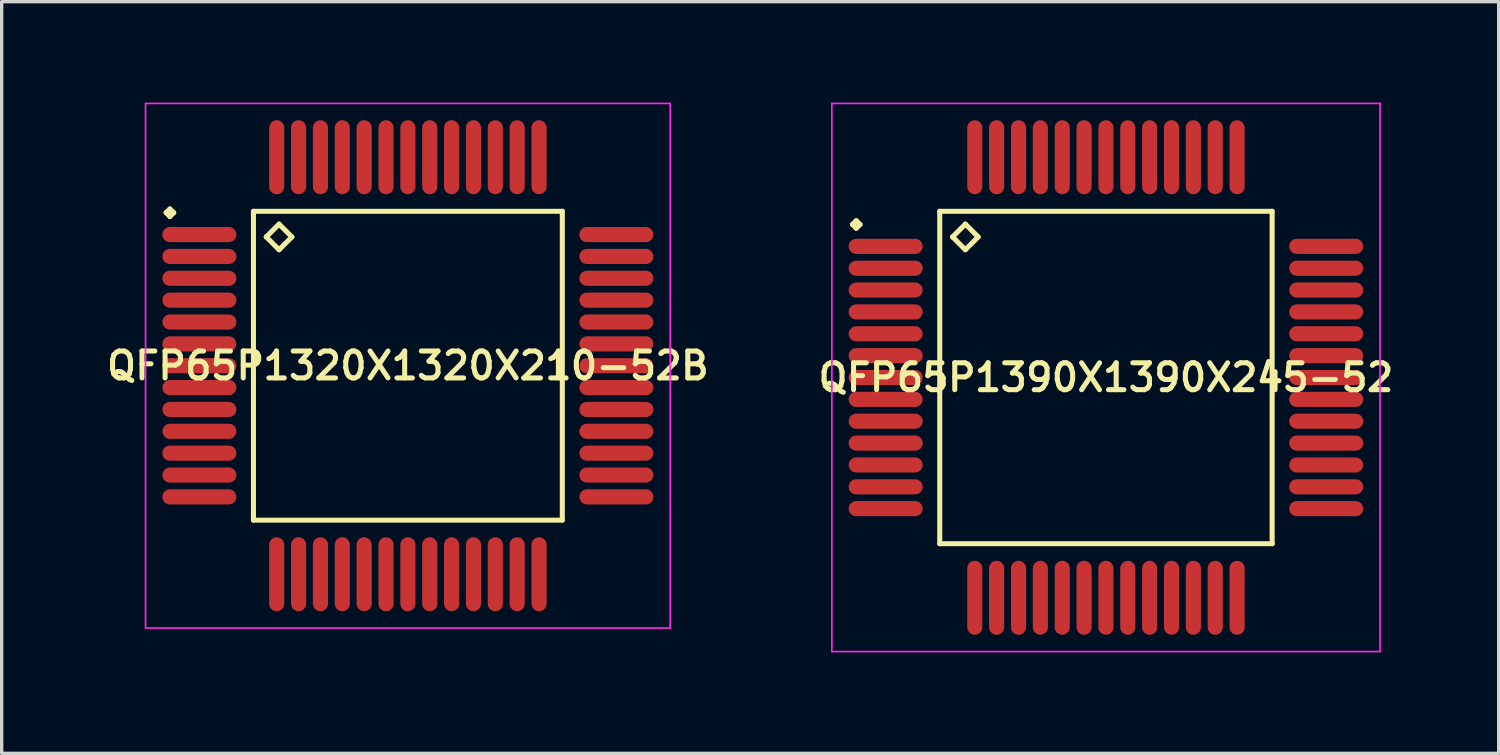
<source format=kicad_pcb>
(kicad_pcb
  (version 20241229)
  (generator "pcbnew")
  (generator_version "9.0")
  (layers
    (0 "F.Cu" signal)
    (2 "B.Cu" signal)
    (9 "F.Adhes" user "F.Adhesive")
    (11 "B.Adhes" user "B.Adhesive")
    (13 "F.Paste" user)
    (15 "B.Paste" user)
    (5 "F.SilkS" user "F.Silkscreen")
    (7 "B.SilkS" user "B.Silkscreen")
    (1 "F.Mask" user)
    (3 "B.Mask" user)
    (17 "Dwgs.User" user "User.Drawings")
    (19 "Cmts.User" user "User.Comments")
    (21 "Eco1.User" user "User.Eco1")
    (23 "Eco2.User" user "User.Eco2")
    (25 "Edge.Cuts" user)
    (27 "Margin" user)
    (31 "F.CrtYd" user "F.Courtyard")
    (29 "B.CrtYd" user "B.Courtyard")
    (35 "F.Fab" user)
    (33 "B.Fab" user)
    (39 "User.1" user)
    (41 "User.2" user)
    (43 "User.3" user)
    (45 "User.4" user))
  (footprint "QFP65P1320X1320X210-52B"
    (layer "F.Cu")
    (at 9.078 7.825)
    (property "Reference" "QFP65P1320X1320X210-52B" (at 0 0 0) (layer "F.SilkS") (effects (font (size 0.8 0.8) (thickness 0.15))))
    (attr smd)
    (fp_line (start -7.188 -4.55) (end -7.075 -4.662) (stroke (width 0.15) (type solid)) (layer "F.SilkS"))
    (fp_line (start -7.075 -4.662) (end -6.963 -4.55) (stroke (width 0.15) (type solid)) (layer "F.SilkS"))
    (fp_line (start -7.075 -4.438) (end -7.188 -4.55) (stroke (width 0.15) (type solid)) (layer "F.SilkS"))
    (fp_line (start -6.963 -4.55) (end -7.075 -4.438) (stroke (width 0.15) (type solid)) (layer "F.SilkS"))
    (fp_line (start -4.592 -4.592) (end -4.592 4.592) (stroke (width 0.15) (type solid)) (layer "F.SilkS"))
    (fp_line (start -4.592 4.592) (end 4.592 4.592) (stroke (width 0.15) (type solid)) (layer "F.SilkS"))
    (fp_line (start -4.211 -3.83) (end -3.83 -4.211) (stroke (width 0.15) (type solid)) (layer "F.SilkS"))
    (fp_line (start -3.83 -4.211) (end -3.449 -3.83) (stroke (width 0.15) (type solid)) (layer "F.SilkS"))
    (fp_line (start -3.83 -3.449) (end -4.211 -3.83) (stroke (width 0.15) (type solid)) (layer "F.SilkS"))
    (fp_line (start -3.449 -3.83) (end -3.83 -3.449) (stroke (width 0.15) (type solid)) (layer "F.SilkS"))
    (fp_line (start 4.592 -4.592) (end -4.592 -4.592) (stroke (width 0.15) (type solid)) (layer "F.SilkS"))
    (fp_line (start 4.592 4.592) (end 4.592 -4.592) (stroke (width 0.15) (type solid)) (layer "F.SilkS"))
    (fp_line (start -7.8 -7.8) (end 7.8 -7.8) (stroke (width 0.05) (type solid)) (layer "F.CrtYd"))
    (fp_line (start -7.8 7.8) (end -7.8 -7.8) (stroke (width 0.05) (type solid)) (layer "F.CrtYd"))
    (fp_line (start 7.8 -7.8) (end 7.8 7.8) (stroke (width 0.05) (type solid)) (layer "F.CrtYd"))
    (fp_line (start 7.8 7.8) (end -7.8 7.8) (stroke (width 0.05) (type solid)) (layer "F.CrtYd"))
    (pad "1" smd oval (at -6.2 -3.9) (size 2.2 0.45) (layers "F.Cu" "F.Mask" "F.Paste"))
    (pad "2" smd oval (at -6.2 -3.25) (size 2.2 0.45) (layers "F.Cu" "F.Mask" "F.Paste"))
    (pad "3" smd oval (at -6.2 -2.6) (size 2.2 0.45) (layers "F.Cu" "F.Mask" "F.Paste"))
    (pad "4" smd oval (at -6.2 -1.95) (size 2.2 0.45) (layers "F.Cu" "F.Mask" "F.Paste"))
    (pad "5" smd oval (at -6.2 -1.3) (size 2.2 0.45) (layers "F.Cu" "F.Mask" "F.Paste"))
    (pad "6" smd oval (at -6.2 -0.65) (size 2.2 0.45) (layers "F.Cu" "F.Mask" "F.Paste"))
    (pad "7" smd oval (at -6.2 0) (size 2.2 0.45) (layers "F.Cu" "F.Mask" "F.Paste"))
    (pad "8" smd oval (at -6.2 0.65) (size 2.2 0.45) (layers "F.Cu" "F.Mask" "F.Paste"))
    (pad "9" smd oval (at -6.2 1.3) (size 2.2 0.45) (layers "F.Cu" "F.Mask" "F.Paste"))
    (pad "10" smd oval (at -6.2 1.95) (size 2.2 0.45) (layers "F.Cu" "F.Mask" "F.Paste"))
    (pad "11" smd oval (at -6.2 2.6) (size 2.2 0.45) (layers "F.Cu" "F.Mask" "F.Paste"))
    (pad "12" smd oval (at -6.2 3.25) (size 2.2 0.45) (layers "F.Cu" "F.Mask" "F.Paste"))
    (pad "13" smd oval (at -6.2 3.9) (size 2.2 0.45) (layers "F.Cu" "F.Mask" "F.Paste"))
    (pad "14" smd oval (at -3.9 6.2) (size 0.45 2.2) (layers "F.Cu" "F.Mask" "F.Paste"))
    (pad "15" smd oval (at -3.25 6.2) (size 0.45 2.2) (layers "F.Cu" "F.Mask" "F.Paste"))
    (pad "16" smd oval (at -2.6 6.2) (size 0.45 2.2) (layers "F.Cu" "F.Mask" "F.Paste"))
    (pad "17" smd oval (at -1.95 6.2) (size 0.45 2.2) (layers "F.Cu" "F.Mask" "F.Paste"))
    (pad "18" smd oval (at -1.3 6.2) (size 0.45 2.2) (layers "F.Cu" "F.Mask" "F.Paste"))
    (pad "19" smd oval (at -0.65 6.2) (size 0.45 2.2) (layers "F.Cu" "F.Mask" "F.Paste"))
    (pad "20" smd oval (at 0 6.2) (size 0.45 2.2) (layers "F.Cu" "F.Mask" "F.Paste"))
    (pad "21" smd oval (at 0.65 6.2) (size 0.45 2.2) (layers "F.Cu" "F.Mask" "F.Paste"))
    (pad "22" smd oval (at 1.3 6.2) (size 0.45 2.2) (layers "F.Cu" "F.Mask" "F.Paste"))
    (pad "23" smd oval (at 1.95 6.2) (size 0.45 2.2) (layers "F.Cu" "F.Mask" "F.Paste"))
    (pad "24" smd oval (at 2.6 6.2) (size 0.45 2.2) (layers "F.Cu" "F.Mask" "F.Paste"))
    (pad "25" smd oval (at 3.25 6.2) (size 0.45 2.2) (layers "F.Cu" "F.Mask" "F.Paste"))
    (pad "26" smd oval (at 3.9 6.2) (size 0.45 2.2) (layers "F.Cu" "F.Mask" "F.Paste"))
    (pad "27" smd oval (at 6.2 3.9) (size 2.2 0.45) (layers "F.Cu" "F.Mask" "F.Paste"))
    (pad "28" smd oval (at 6.2 3.25) (size 2.2 0.45) (layers "F.Cu" "F.Mask" "F.Paste"))
    (pad "29" smd oval (at 6.2 2.6) (size 2.2 0.45) (layers "F.Cu" "F.Mask" "F.Paste"))
    (pad "30" smd oval (at 6.2 1.95) (size 2.2 0.45) (layers "F.Cu" "F.Mask" "F.Paste"))
    (pad "31" smd oval (at 6.2 1.3) (size 2.2 0.45) (layers "F.Cu" "F.Mask" "F.Paste"))
    (pad "32" smd oval (at 6.2 0.65) (size 2.2 0.45) (layers "F.Cu" "F.Mask" "F.Paste"))
    (pad "33" smd oval (at 6.2 0) (size 2.2 0.45) (layers "F.Cu" "F.Mask" "F.Paste"))
    (pad "34" smd oval (at 6.2 -0.65) (size 2.2 0.45) (layers "F.Cu" "F.Mask" "F.Paste"))
    (pad "35" smd oval (at 6.2 -1.3) (size 2.2 0.45) (layers "F.Cu" "F.Mask" "F.Paste"))
    (pad "36" smd oval (at 6.2 -1.95) (size 2.2 0.45) (layers "F.Cu" "F.Mask" "F.Paste"))
    (pad "37" smd oval (at 6.2 -2.6) (size 2.2 0.45) (layers "F.Cu" "F.Mask" "F.Paste"))
    (pad "38" smd oval (at 6.2 -3.25) (size 2.2 0.45) (layers "F.Cu" "F.Mask" "F.Paste"))
    (pad "39" smd oval (at 6.2 -3.9) (size 2.2 0.45) (layers "F.Cu" "F.Mask" "F.Paste"))
    (pad "40" smd oval (at 3.9 -6.2) (size 0.45 2.2) (layers "F.Cu" "F.Mask" "F.Paste"))
    (pad "41" smd oval (at 3.25 -6.2) (size 0.45 2.2) (layers "F.Cu" "F.Mask" "F.Paste"))
    (pad "42" smd oval (at 2.6 -6.2) (size 0.45 2.2) (layers "F.Cu" "F.Mask" "F.Paste"))
    (pad "43" smd oval (at 1.95 -6.2) (size 0.45 2.2) (layers "F.Cu" "F.Mask" "F.Paste"))
    (pad "44" smd oval (at 1.3 -6.2) (size 0.45 2.2) (layers "F.Cu" "F.Mask" "F.Paste"))
    (pad "45" smd oval (at 0.65 -6.2) (size 0.45 2.2) (layers "F.Cu" "F.Mask" "F.Paste"))
    (pad "46" smd oval (at 0 -6.2) (size 0.45 2.2) (layers "F.Cu" "F.Mask" "F.Paste"))
    (pad "47" smd oval (at -0.65 -6.2) (size 0.45 2.2) (layers "F.Cu" "F.Mask" "F.Paste"))
    (pad "48" smd oval (at -1.3 -6.2) (size 0.45 2.2) (layers "F.Cu" "F.Mask" "F.Paste"))
    (pad "49" smd oval (at -1.95 -6.2) (size 0.45 2.2) (layers "F.Cu" "F.Mask" "F.Paste"))
    (pad "50" smd oval (at -2.6 -6.2) (size 0.45 2.2) (layers "F.Cu" "F.Mask" "F.Paste"))
    (pad "51" smd oval (at -3.25 -6.2) (size 0.45 2.2) (layers "F.Cu" "F.Mask" "F.Paste"))
    (pad "52" smd oval (at -3.9 -6.2) (size 0.45 2.2) (layers "F.Cu" "F.Mask" "F.Paste")))
  (footprint "QFP65P1390X1390X245-52"
    (layer "F.Cu")
    (at 29.835 8.175)
    (property "Reference" "QFP65P1390X1390X245-52" (at 0 0 0) (layer "F.SilkS") (effects (font (size 0.8 0.8) (thickness 0.15))))
    (attr smd)
    (fp_line (start -7.537 -4.55) (end -7.425 -4.662) (stroke (width 0.15) (type solid)) (layer "F.SilkS"))
    (fp_line (start -7.425 -4.662) (end -7.312 -4.55) (stroke (width 0.15) (type solid)) (layer "F.SilkS"))
    (fp_line (start -7.425 -4.438) (end -7.537 -4.55) (stroke (width 0.15) (type solid)) (layer "F.SilkS"))
    (fp_line (start -7.312 -4.55) (end -7.425 -4.438) (stroke (width 0.15) (type solid)) (layer "F.SilkS"))
    (fp_line (start -4.942 -4.942) (end -4.942 4.942) (stroke (width 0.15) (type solid)) (layer "F.SilkS"))
    (fp_line (start -4.942 4.942) (end 4.942 4.942) (stroke (width 0.15) (type solid)) (layer "F.SilkS"))
    (fp_line (start -4.561 -4.18) (end -4.18 -4.561) (stroke (width 0.15) (type solid)) (layer "F.SilkS"))
    (fp_line (start -4.18 -4.561) (end -3.799 -4.18) (stroke (width 0.15) (type solid)) (layer "F.SilkS"))
    (fp_line (start -4.18 -3.799) (end -4.561 -4.18) (stroke (width 0.15) (type solid)) (layer "F.SilkS"))
    (fp_line (start -3.799 -4.18) (end -4.18 -3.799) (stroke (width 0.15) (type solid)) (layer "F.SilkS"))
    (fp_line (start 4.942 -4.942) (end -4.942 -4.942) (stroke (width 0.15) (type solid)) (layer "F.SilkS"))
    (fp_line (start 4.942 4.942) (end 4.942 -4.942) (stroke (width 0.15) (type solid)) (layer "F.SilkS"))
    (fp_line (start -8.15 -8.15) (end 8.15 -8.15) (stroke (width 0.05) (type solid)) (layer "F.CrtYd"))
    (fp_line (start -8.15 8.15) (end -8.15 -8.15) (stroke (width 0.05) (type solid)) (layer "F.CrtYd"))
    (fp_line (start 8.15 -8.15) (end 8.15 8.15) (stroke (width 0.05) (type solid)) (layer "F.CrtYd"))
    (fp_line (start 8.15 8.15) (end -8.15 8.15) (stroke (width 0.05) (type solid)) (layer "F.CrtYd"))
    (pad "1" smd oval (at -6.55 -3.9) (size 2.2 0.45) (layers "F.Cu" "F.Mask" "F.Paste"))
    (pad "2" smd oval (at -6.55 -3.25) (size 2.2 0.45) (layers "F.Cu" "F.Mask" "F.Paste"))
    (pad "3" smd oval (at -6.55 -2.6) (size 2.2 0.45) (layers "F.Cu" "F.Mask" "F.Paste"))
    (pad "4" smd oval (at -6.55 -1.95) (size 2.2 0.45) (layers "F.Cu" "F.Mask" "F.Paste"))
    (pad "5" smd oval (at -6.55 -1.3) (size 2.2 0.45) (layers "F.Cu" "F.Mask" "F.Paste"))
    (pad "6" smd oval (at -6.55 -0.65) (size 2.2 0.45) (layers "F.Cu" "F.Mask" "F.Paste"))
    (pad "7" smd oval (at -6.55 0) (size 2.2 0.45) (layers "F.Cu" "F.Mask" "F.Paste"))
    (pad "8" smd oval (at -6.55 0.65) (size 2.2 0.45) (layers "F.Cu" "F.Mask" "F.Paste"))
    (pad "9" smd oval (at -6.55 1.3) (size 2.2 0.45) (layers "F.Cu" "F.Mask" "F.Paste"))
    (pad "10" smd oval (at -6.55 1.95) (size 2.2 0.45) (layers "F.Cu" "F.Mask" "F.Paste"))
    (pad "11" smd oval (at -6.55 2.6) (size 2.2 0.45) (layers "F.Cu" "F.Mask" "F.Paste"))
    (pad "12" smd oval (at -6.55 3.25) (size 2.2 0.45) (layers "F.Cu" "F.Mask" "F.Paste"))
    (pad "13" smd oval (at -6.55 3.9) (size 2.2 0.45) (layers "F.Cu" "F.Mask" "F.Paste"))
    (pad "14" smd oval (at -3.9 6.55) (size 0.45 2.2) (layers "F.Cu" "F.Mask" "F.Paste"))
    (pad "15" smd oval (at -3.25 6.55) (size 0.45 2.2) (layers "F.Cu" "F.Mask" "F.Paste"))
    (pad "16" smd oval (at -2.6 6.55) (size 0.45 2.2) (layers "F.Cu" "F.Mask" "F.Paste"))
    (pad "17" smd oval (at -1.95 6.55) (size 0.45 2.2) (layers "F.Cu" "F.Mask" "F.Paste"))
    (pad "18" smd oval (at -1.3 6.55) (size 0.45 2.2) (layers "F.Cu" "F.Mask" "F.Paste"))
    (pad "19" smd oval (at -0.65 6.55) (size 0.45 2.2) (layers "F.Cu" "F.Mask" "F.Paste"))
    (pad "20" smd oval (at 0 6.55) (size 0.45 2.2) (layers "F.Cu" "F.Mask" "F.Paste"))
    (pad "21" smd oval (at 0.65 6.55) (size 0.45 2.2) (layers "F.Cu" "F.Mask" "F.Paste"))
    (pad "22" smd oval (at 1.3 6.55) (size 0.45 2.2) (layers "F.Cu" "F.Mask" "F.Paste"))
    (pad "23" smd oval (at 1.95 6.55) (size 0.45 2.2) (layers "F.Cu" "F.Mask" "F.Paste"))
    (pad "24" smd oval (at 2.6 6.55) (size 0.45 2.2) (layers "F.Cu" "F.Mask" "F.Paste"))
    (pad "25" smd oval (at 3.25 6.55) (size 0.45 2.2) (layers "F.Cu" "F.Mask" "F.Paste"))
    (pad "26" smd oval (at 3.9 6.55) (size 0.45 2.2) (layers "F.Cu" "F.Mask" "F.Paste"))
    (pad "27" smd oval (at 6.55 3.9) (size 2.2 0.45) (layers "F.Cu" "F.Mask" "F.Paste"))
    (pad "28" smd oval (at 6.55 3.25) (size 2.2 0.45) (layers "F.Cu" "F.Mask" "F.Paste"))
    (pad "29" smd oval (at 6.55 2.6) (size 2.2 0.45) (layers "F.Cu" "F.Mask" "F.Paste"))
    (pad "30" smd oval (at 6.55 1.95) (size 2.2 0.45) (layers "F.Cu" "F.Mask" "F.Paste"))
    (pad "31" smd oval (at 6.55 1.3) (size 2.2 0.45) (layers "F.Cu" "F.Mask" "F.Paste"))
    (pad "32" smd oval (at 6.55 0.65) (size 2.2 0.45) (layers "F.Cu" "F.Mask" "F.Paste"))
    (pad "33" smd oval (at 6.55 0) (size 2.2 0.45) (layers "F.Cu" "F.Mask" "F.Paste"))
    (pad "34" smd oval (at 6.55 -0.65) (size 2.2 0.45) (layers "F.Cu" "F.Mask" "F.Paste"))
    (pad "35" smd oval (at 6.55 -1.3) (size 2.2 0.45) (layers "F.Cu" "F.Mask" "F.Paste"))
    (pad "36" smd oval (at 6.55 -1.95) (size 2.2 0.45) (layers "F.Cu" "F.Mask" "F.Paste"))
    (pad "37" smd oval (at 6.55 -2.6) (size 2.2 0.45) (layers "F.Cu" "F.Mask" "F.Paste"))
    (pad "38" smd oval (at 6.55 -3.25) (size 2.2 0.45) (layers "F.Cu" "F.Mask" "F.Paste"))
    (pad "39" smd oval (at 6.55 -3.9) (size 2.2 0.45) (layers "F.Cu" "F.Mask" "F.Paste"))
    (pad "40" smd oval (at 3.9 -6.55) (size 0.45 2.2) (layers "F.Cu" "F.Mask" "F.Paste"))
    (pad "41" smd oval (at 3.25 -6.55) (size 0.45 2.2) (layers "F.Cu" "F.Mask" "F.Paste"))
    (pad "42" smd oval (at 2.6 -6.55) (size 0.45 2.2) (layers "F.Cu" "F.Mask" "F.Paste"))
    (pad "43" smd oval (at 1.95 -6.55) (size 0.45 2.2) (layers "F.Cu" "F.Mask" "F.Paste"))
    (pad "44" smd oval (at 1.3 -6.55) (size 0.45 2.2) (layers "F.Cu" "F.Mask" "F.Paste"))
    (pad "45" smd oval (at 0.65 -6.55) (size 0.45 2.2) (layers "F.Cu" "F.Mask" "F.Paste"))
    (pad "46" smd oval (at 0 -6.55) (size 0.45 2.2) (layers "F.Cu" "F.Mask" "F.Paste"))
    (pad "47" smd oval (at -0.65 -6.55) (size 0.45 2.2) (layers "F.Cu" "F.Mask" "F.Paste"))
    (pad "48" smd oval (at -1.3 -6.55) (size 0.45 2.2) (layers "F.Cu" "F.Mask" "F.Paste"))
    (pad "49" smd oval (at -1.95 -6.55) (size 0.45 2.2) (layers "F.Cu" "F.Mask" "F.Paste"))
    (pad "50" smd oval (at -2.6 -6.55) (size 0.45 2.2) (layers "F.Cu" "F.Mask" "F.Paste"))
    (pad "51" smd oval (at -3.25 -6.55) (size 0.45 2.2) (layers "F.Cu" "F.Mask" "F.Paste"))
    (pad "52" smd oval (at -3.9 -6.55) (size 0.45 2.2) (layers "F.Cu" "F.Mask" "F.Paste")))
  (gr_rect
    (start -3 -3)
    (end 41.513 19.35)
    (stroke (width 0.1) (type default))
    (fill no)
    (layer "Edge.Cuts")))
</source>
